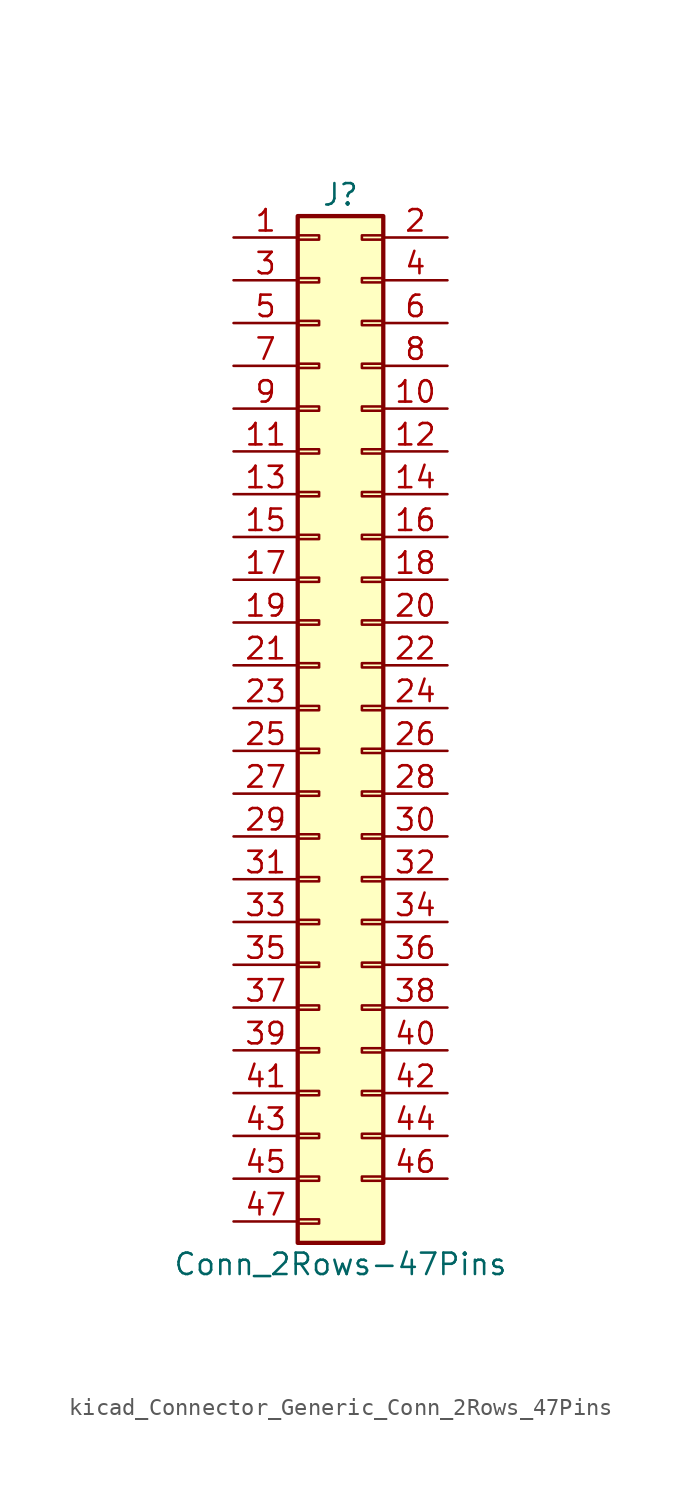
<source format=kicad_sym>
(kicad_symbol_lib
  (version 20220914)
  (generator kicad_symbol_editor)
  (symbol "kicad_Connector_Generic_Conn_2Rows_47Pins"
    (pin_names
      (offset 1.016) hide)
    (property "Reference" "J"
      (at 1.27 30.48 0)
      (effects (font (size 1.27 1.27))))
    (property "Value" "Conn_2Rows-47Pins"
      (at 1.27 -33.02 0)
      (effects (font (size 1.27 1.27))))
    (symbol "kicad_Connector_Generic_Conn_2Rows_47Pins_1_1"
      (rectangle (start -1.27 -30.353) (end 0 -30.607) (stroke (width 0.152) (type default)) (fill (type none)))
      (rectangle (start -1.27 -27.813) (end 0 -28.067) (stroke (width 0.152) (type default)) (fill (type none)))
      (rectangle (start -1.27 -25.273) (end 0 -25.527) (stroke (width 0.152) (type default)) (fill (type none)))
      (rectangle (start -1.27 -22.733) (end 0 -22.987) (stroke (width 0.152) (type default)) (fill (type none)))
      (rectangle (start -1.27 -20.193) (end 0 -20.447) (stroke (width 0.152) (type default)) (fill (type none)))
      (rectangle (start -1.27 -17.653) (end 0 -17.907) (stroke (width 0.152) (type default)) (fill (type none)))
      (rectangle (start -1.27 -15.113) (end 0 -15.367) (stroke (width 0.152) (type default)) (fill (type none)))
      (rectangle (start -1.27 -12.573) (end 0 -12.827) (stroke (width 0.152) (type default)) (fill (type none)))
      (rectangle (start -1.27 -10.033) (end 0 -10.287) (stroke (width 0.152) (type default)) (fill (type none)))
      (rectangle (start -1.27 -7.493) (end 0 -7.747) (stroke (width 0.152) (type default)) (fill (type none)))
      (rectangle (start -1.27 -4.953) (end 0 -5.207) (stroke (width 0.152) (type default)) (fill (type none)))
      (rectangle (start -1.27 -2.413) (end 0 -2.667) (stroke (width 0.152) (type default)) (fill (type none)))
      (rectangle (start -1.27 0.127) (end 0 -0.127) (stroke (width 0.152) (type default)) (fill (type none)))
      (rectangle (start -1.27 2.667) (end 0 2.413) (stroke (width 0.152) (type default)) (fill (type none)))
      (rectangle (start -1.27 5.207) (end 0 4.953) (stroke (width 0.152) (type default)) (fill (type none)))
      (rectangle (start -1.27 7.747) (end 0 7.493) (stroke (width 0.152) (type default)) (fill (type none)))
      (rectangle (start -1.27 10.287) (end 0 10.033) (stroke (width 0.152) (type default)) (fill (type none)))
      (rectangle (start -1.27 12.827) (end 0 12.573) (stroke (width 0.152) (type default)) (fill (type none)))
      (rectangle (start -1.27 15.367) (end 0 15.113) (stroke (width 0.152) (type default)) (fill (type none)))
      (rectangle (start -1.27 17.907) (end 0 17.653) (stroke (width 0.152) (type default)) (fill (type none)))
      (rectangle (start -1.27 20.447) (end 0 20.193) (stroke (width 0.152) (type default)) (fill (type none)))
      (rectangle (start -1.27 22.987) (end 0 22.733) (stroke (width 0.152) (type default)) (fill (type none)))
      (rectangle (start -1.27 25.527) (end 0 25.273) (stroke (width 0.152) (type default)) (fill (type none)))
      (rectangle (start -1.27 28.067) (end 0 27.813) (stroke (width 0.152) (type default)) (fill (type none)))
      (rectangle (start -1.27 29.21) (end 3.81 -31.75) (stroke (width 0.254) (type default)) (fill (type background)))
      (rectangle (start 3.81 -27.813) (end 2.54 -28.067) (stroke (width 0.152) (type default)) (fill (type none)))
      (rectangle (start 3.81 -25.273) (end 2.54 -25.527) (stroke (width 0.152) (type default)) (fill (type none)))
      (rectangle (start 3.81 -22.733) (end 2.54 -22.987) (stroke (width 0.152) (type default)) (fill (type none)))
      (rectangle (start 3.81 -20.193) (end 2.54 -20.447) (stroke (width 0.152) (type default)) (fill (type none)))
      (rectangle (start 3.81 -17.653) (end 2.54 -17.907) (stroke (width 0.152) (type default)) (fill (type none)))
      (rectangle (start 3.81 -15.113) (end 2.54 -15.367) (stroke (width 0.152) (type default)) (fill (type none)))
      (rectangle (start 3.81 -12.573) (end 2.54 -12.827) (stroke (width 0.152) (type default)) (fill (type none)))
      (rectangle (start 3.81 -10.033) (end 2.54 -10.287) (stroke (width 0.152) (type default)) (fill (type none)))
      (rectangle (start 3.81 -7.493) (end 2.54 -7.747) (stroke (width 0.152) (type default)) (fill (type none)))
      (rectangle (start 3.81 -4.953) (end 2.54 -5.207) (stroke (width 0.152) (type default)) (fill (type none)))
      (rectangle (start 3.81 -2.413) (end 2.54 -2.667) (stroke (width 0.152) (type default)) (fill (type none)))
      (rectangle (start 3.81 0.127) (end 2.54 -0.127) (stroke (width 0.152) (type default)) (fill (type none)))
      (rectangle (start 3.81 2.667) (end 2.54 2.413) (stroke (width 0.152) (type default)) (fill (type none)))
      (rectangle (start 3.81 5.207) (end 2.54 4.953) (stroke (width 0.152) (type default)) (fill (type none)))
      (rectangle (start 3.81 7.747) (end 2.54 7.493) (stroke (width 0.152) (type default)) (fill (type none)))
      (rectangle (start 3.81 10.287) (end 2.54 10.033) (stroke (width 0.152) (type default)) (fill (type none)))
      (rectangle (start 3.81 12.827) (end 2.54 12.573) (stroke (width 0.152) (type default)) (fill (type none)))
      (rectangle (start 3.81 15.367) (end 2.54 15.113) (stroke (width 0.152) (type default)) (fill (type none)))
      (rectangle (start 3.81 17.907) (end 2.54 17.653) (stroke (width 0.152) (type default)) (fill (type none)))
      (rectangle (start 3.81 20.447) (end 2.54 20.193) (stroke (width 0.152) (type default)) (fill (type none)))
      (rectangle (start 3.81 22.987) (end 2.54 22.733) (stroke (width 0.152) (type default)) (fill (type none)))
      (rectangle (start 3.81 25.527) (end 2.54 25.273) (stroke (width 0.152) (type default)) (fill (type none)))
      (rectangle (start 3.81 28.067) (end 2.54 27.813) (stroke (width 0.152) (type default)) (fill (type none)))
      (pin passive line (at -5.08 27.94 0) (length 3.81) (name "Pin_1" (effects (font (size 1.27 1.27)))) (number "1" (effects (font (size 1.27 1.27)))))
      (pin passive line (at 7.62 17.78 180) (length 3.81) (name "Pin_10" (effects (font (size 1.27 1.27)))) (number "10" (effects (font (size 1.27 1.27)))))
      (pin passive line (at -5.08 15.24 0) (length 3.81) (name "Pin_11" (effects (font (size 1.27 1.27)))) (number "11" (effects (font (size 1.27 1.27)))))
      (pin passive line (at 7.62 15.24 180) (length 3.81) (name "Pin_12" (effects (font (size 1.27 1.27)))) (number "12" (effects (font (size 1.27 1.27)))))
      (pin passive line (at -5.08 12.7 0) (length 3.81) (name "Pin_13" (effects (font (size 1.27 1.27)))) (number "13" (effects (font (size 1.27 1.27)))))
      (pin passive line (at 7.62 12.7 180) (length 3.81) (name "Pin_14" (effects (font (size 1.27 1.27)))) (number "14" (effects (font (size 1.27 1.27)))))
      (pin passive line (at -5.08 10.16 0) (length 3.81) (name "Pin_15" (effects (font (size 1.27 1.27)))) (number "15" (effects (font (size 1.27 1.27)))))
      (pin passive line (at 7.62 10.16 180) (length 3.81) (name "Pin_16" (effects (font (size 1.27 1.27)))) (number "16" (effects (font (size 1.27 1.27)))))
      (pin passive line (at -5.08 7.62 0) (length 3.81) (name "Pin_17" (effects (font (size 1.27 1.27)))) (number "17" (effects (font (size 1.27 1.27)))))
      (pin passive line (at 7.62 7.62 180) (length 3.81) (name "Pin_18" (effects (font (size 1.27 1.27)))) (number "18" (effects (font (size 1.27 1.27)))))
      (pin passive line (at -5.08 5.08 0) (length 3.81) (name "Pin_19" (effects (font (size 1.27 1.27)))) (number "19" (effects (font (size 1.27 1.27)))))
      (pin passive line (at 7.62 27.94 180) (length 3.81) (name "Pin_2" (effects (font (size 1.27 1.27)))) (number "2" (effects (font (size 1.27 1.27)))))
      (pin passive line (at 7.62 5.08 180) (length 3.81) (name "Pin_20" (effects (font (size 1.27 1.27)))) (number "20" (effects (font (size 1.27 1.27)))))
      (pin passive line (at -5.08 2.54 0) (length 3.81) (name "Pin_21" (effects (font (size 1.27 1.27)))) (number "21" (effects (font (size 1.27 1.27)))))
      (pin passive line (at 7.62 2.54 180) (length 3.81) (name "Pin_22" (effects (font (size 1.27 1.27)))) (number "22" (effects (font (size 1.27 1.27)))))
      (pin passive line (at -5.08 0 0) (length 3.81) (name "Pin_23" (effects (font (size 1.27 1.27)))) (number "23" (effects (font (size 1.27 1.27)))))
      (pin passive line (at 7.62 0 180) (length 3.81) (name "Pin_24" (effects (font (size 1.27 1.27)))) (number "24" (effects (font (size 1.27 1.27)))))
      (pin passive line (at -5.08 -2.54 0) (length 3.81) (name "Pin_25" (effects (font (size 1.27 1.27)))) (number "25" (effects (font (size 1.27 1.27)))))
      (pin passive line (at 7.62 -2.54 180) (length 3.81) (name "Pin_26" (effects (font (size 1.27 1.27)))) (number "26" (effects (font (size 1.27 1.27)))))
      (pin passive line (at -5.08 -5.08 0) (length 3.81) (name "Pin_27" (effects (font (size 1.27 1.27)))) (number "27" (effects (font (size 1.27 1.27)))))
      (pin passive line (at 7.62 -5.08 180) (length 3.81) (name "Pin_28" (effects (font (size 1.27 1.27)))) (number "28" (effects (font (size 1.27 1.27)))))
      (pin passive line (at -5.08 -7.62 0) (length 3.81) (name "Pin_29" (effects (font (size 1.27 1.27)))) (number "29" (effects (font (size 1.27 1.27)))))
      (pin passive line (at -5.08 25.4 0) (length 3.81) (name "Pin_3" (effects (font (size 1.27 1.27)))) (number "3" (effects (font (size 1.27 1.27)))))
      (pin passive line (at 7.62 -7.62 180) (length 3.81) (name "Pin_30" (effects (font (size 1.27 1.27)))) (number "30" (effects (font (size 1.27 1.27)))))
      (pin passive line (at -5.08 -10.16 0) (length 3.81) (name "Pin_31" (effects (font (size 1.27 1.27)))) (number "31" (effects (font (size 1.27 1.27)))))
      (pin passive line (at 7.62 -10.16 180) (length 3.81) (name "Pin_32" (effects (font (size 1.27 1.27)))) (number "32" (effects (font (size 1.27 1.27)))))
      (pin passive line (at -5.08 -12.7 0) (length 3.81) (name "Pin_33" (effects (font (size 1.27 1.27)))) (number "33" (effects (font (size 1.27 1.27)))))
      (pin passive line (at 7.62 -12.7 180) (length 3.81) (name "Pin_34" (effects (font (size 1.27 1.27)))) (number "34" (effects (font (size 1.27 1.27)))))
      (pin passive line (at -5.08 -15.24 0) (length 3.81) (name "Pin_35" (effects (font (size 1.27 1.27)))) (number "35" (effects (font (size 1.27 1.27)))))
      (pin passive line (at 7.62 -15.24 180) (length 3.81) (name "Pin_36" (effects (font (size 1.27 1.27)))) (number "36" (effects (font (size 1.27 1.27)))))
      (pin passive line (at -5.08 -17.78 0) (length 3.81) (name "Pin_37" (effects (font (size 1.27 1.27)))) (number "37" (effects (font (size 1.27 1.27)))))
      (pin passive line (at 7.62 -17.78 180) (length 3.81) (name "Pin_38" (effects (font (size 1.27 1.27)))) (number "38" (effects (font (size 1.27 1.27)))))
      (pin passive line (at -5.08 -20.32 0) (length 3.81) (name "Pin_39" (effects (font (size 1.27 1.27)))) (number "39" (effects (font (size 1.27 1.27)))))
      (pin passive line (at 7.62 25.4 180) (length 3.81) (name "Pin_4" (effects (font (size 1.27 1.27)))) (number "4" (effects (font (size 1.27 1.27)))))
      (pin passive line (at 7.62 -20.32 180) (length 3.81) (name "Pin_40" (effects (font (size 1.27 1.27)))) (number "40" (effects (font (size 1.27 1.27)))))
      (pin passive line (at -5.08 -22.86 0) (length 3.81) (name "Pin_41" (effects (font (size 1.27 1.27)))) (number "41" (effects (font (size 1.27 1.27)))))
      (pin passive line (at 7.62 -22.86 180) (length 3.81) (name "Pin_42" (effects (font (size 1.27 1.27)))) (number "42" (effects (font (size 1.27 1.27)))))
      (pin passive line (at -5.08 -25.4 0) (length 3.81) (name "Pin_43" (effects (font (size 1.27 1.27)))) (number "43" (effects (font (size 1.27 1.27)))))
      (pin passive line (at 7.62 -25.4 180) (length 3.81) (name "Pin_44" (effects (font (size 1.27 1.27)))) (number "44" (effects (font (size 1.27 1.27)))))
      (pin passive line (at -5.08 -27.94 0) (length 3.81) (name "Pin_45" (effects (font (size 1.27 1.27)))) (number "45" (effects (font (size 1.27 1.27)))))
      (pin passive line (at 7.62 -27.94 180) (length 3.81) (name "Pin_46" (effects (font (size 1.27 1.27)))) (number "46" (effects (font (size 1.27 1.27)))))
      (pin passive line (at -5.08 -30.48 0) (length 3.81) (name "Pin_47" (effects (font (size 1.27 1.27)))) (number "47" (effects (font (size 1.27 1.27)))))
      (pin passive line (at -5.08 22.86 0) (length 3.81) (name "Pin_5" (effects (font (size 1.27 1.27)))) (number "5" (effects (font (size 1.27 1.27)))))
      (pin passive line (at 7.62 22.86 180) (length 3.81) (name "Pin_6" (effects (font (size 1.27 1.27)))) (number "6" (effects (font (size 1.27 1.27)))))
      (pin passive line (at -5.08 20.32 0) (length 3.81) (name "Pin_7" (effects (font (size 1.27 1.27)))) (number "7" (effects (font (size 1.27 1.27)))))
      (pin passive line (at 7.62 20.32 180) (length 3.81) (name "Pin_8" (effects (font (size 1.27 1.27)))) (number "8" (effects (font (size 1.27 1.27)))))
      (pin passive line (at -5.08 17.78 0) (length 3.81) (name "Pin_9" (effects (font (size 1.27 1.27)))) (number "9" (effects (font (size 1.27 1.27))))))))
</source>
